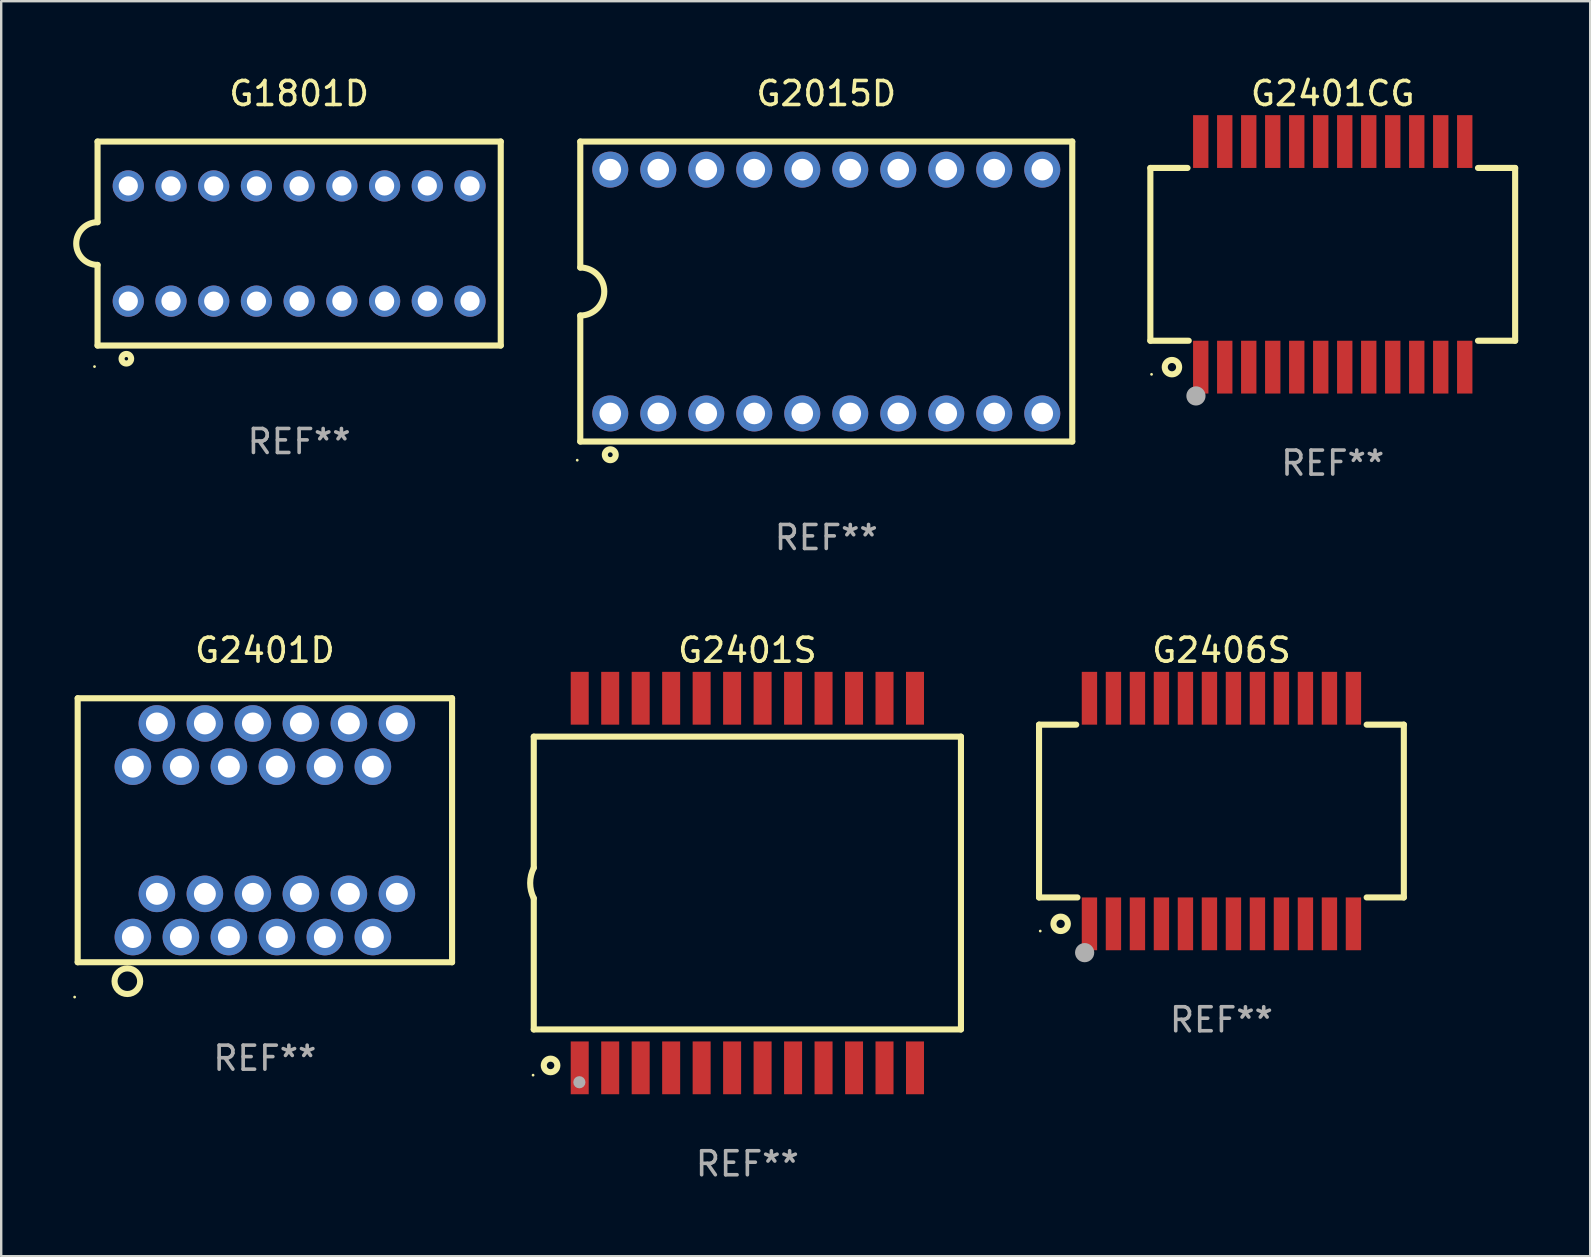
<source format=kicad_pcb>
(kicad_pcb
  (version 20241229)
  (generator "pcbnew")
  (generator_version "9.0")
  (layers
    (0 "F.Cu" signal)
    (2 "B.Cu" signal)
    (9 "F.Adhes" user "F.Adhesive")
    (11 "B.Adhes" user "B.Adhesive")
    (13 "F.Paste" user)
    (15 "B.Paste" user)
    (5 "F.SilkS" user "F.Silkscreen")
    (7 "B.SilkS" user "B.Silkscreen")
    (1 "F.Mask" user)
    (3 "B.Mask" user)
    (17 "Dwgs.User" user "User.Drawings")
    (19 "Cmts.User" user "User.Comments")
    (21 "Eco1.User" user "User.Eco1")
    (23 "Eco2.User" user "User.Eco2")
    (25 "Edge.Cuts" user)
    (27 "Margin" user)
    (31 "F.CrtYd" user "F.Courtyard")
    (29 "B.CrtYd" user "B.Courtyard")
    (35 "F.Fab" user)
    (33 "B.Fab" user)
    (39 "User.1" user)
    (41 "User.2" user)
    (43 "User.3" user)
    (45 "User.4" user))
  (footprint "G1801D"
    (layer "F.Cu")
    (at 9.415 7.098)
    (property "Reference" "G1801D" (at 0 -6.25 0) (layer "F.SilkS") (effects (font (size 1 1) (thickness 0.15))))
    (attr through_hole)
    (fp_line (start -8.4 -4.25) (end -8.4 -0.89) (stroke (width 0.254) (type solid)) (layer "F.SilkS"))
    (fp_line (start -8.4 -4.25) (end 8.4 -4.25) (stroke (width 0.254) (type solid)) (layer "F.SilkS"))
    (fp_line (start -8.4 4.25) (end -8.4 0.89) (stroke (width 0.254) (type solid)) (layer "F.SilkS"))
    (fp_line (start 8.4 -4.25) (end 8.4 4.25) (stroke (width 0.254) (type solid)) (layer "F.SilkS"))
    (fp_line (start 8.4 4.25) (end -8.4 4.25) (stroke (width 0.254) (type solid)) (layer "F.SilkS"))
    (fp_arc (start -8.400025 0.889992) (mid -9.288291 -0.000113) (end -8.398807 -0.889001) (stroke (width 0.254001) (type solid)) (layer "F.SilkS"))
    (fp_circle (center -8.527 5.127) (end -8.497 5.127) (stroke (width 0.06) (type solid)) (fill no) (layer "F.SilkS"))
    (fp_circle (center -7.2 4.8) (end -7 4.8) (stroke (width 0.254) (type solid)) (fill no) (layer "F.SilkS"))
    (fp_text user "REF**" (at 0 8.25 0) (layer "F.Fab") (effects (font (size 1 1) (thickness 0.15))))
    (pad "1" thru_hole circle (at -7.12 2.4) (size 1.3 1.3) (drill 0.8) (layers "*.Cu" "*.Mask"))
    (pad "2" thru_hole circle (at -5.34 2.4) (size 1.3 1.3) (drill 0.8) (layers "*.Cu" "*.Mask"))
    (pad "3" thru_hole circle (at -3.56 2.4) (size 1.3 1.3) (drill 0.8) (layers "*.Cu" "*.Mask"))
    (pad "4" thru_hole circle (at -1.78 2.4) (size 1.3 1.3) (drill 0.8) (layers "*.Cu" "*.Mask"))
    (pad "5" thru_hole circle (at -0.000025 2.4) (size 1.3 1.3) (drill 0.8) (layers "*.Cu" "*.Mask"))
    (pad "6" thru_hole circle (at 1.78 2.4) (size 1.3 1.3) (drill 0.8) (layers "*.Cu" "*.Mask"))
    (pad "7" thru_hole circle (at 3.56 2.4) (size 1.3 1.3) (drill 0.8) (layers "*.Cu" "*.Mask"))
    (pad "8" thru_hole circle (at 5.34 2.4) (size 1.3 1.3) (drill 0.8) (layers "*.Cu" "*.Mask"))
    (pad "9" thru_hole circle (at 7.12 2.4) (size 1.3 1.3) (drill 0.8) (layers "*.Cu" "*.Mask"))
    (pad "10" thru_hole circle (at 7.12 -2.4) (size 1.3 1.3) (drill 0.8) (layers "*.Cu" "*.Mask"))
    (pad "11" thru_hole circle (at 5.34 -2.4) (size 1.3 1.3) (drill 0.8) (layers "*.Cu" "*.Mask"))
    (pad "12" thru_hole circle (at 3.56 -2.4) (size 1.3 1.3) (drill 0.8) (layers "*.Cu" "*.Mask"))
    (pad "13" thru_hole circle (at 1.78 -2.4) (size 1.3 1.3) (drill 0.8) (layers "*.Cu" "*.Mask"))
    (pad "14" thru_hole circle (at -0.000025 -2.4) (size 1.3 1.3) (drill 0.8) (layers "*.Cu" "*.Mask"))
    (pad "15" thru_hole circle (at -1.78 -2.4) (size 1.3 1.3) (drill 0.8) (layers "*.Cu" "*.Mask"))
    (pad "16" thru_hole circle (at -3.56 -2.4) (size 1.3 1.3) (drill 0.8) (layers "*.Cu" "*.Mask"))
    (pad "17" thru_hole circle (at -5.34 -2.4) (size 1.3 1.3) (drill 0.8) (layers "*.Cu" "*.Mask"))
    (pad "18" thru_hole circle (at -7.12 -2.4) (size 1.3 1.3) (drill 0.8) (layers "*.Cu" "*.Mask")))
  (footprint "G2401D"
    (layer "F.Cu")
    (at 7.987 31.545)
    (property "Reference" "G2401D" (at 0 -7.5 0) (layer "F.SilkS") (effects (font (size 1 1) (thickness 0.15))))
    (attr through_hole)
    (fp_line (start -7.8 -5.5) (end -7.8 5.5) (stroke (width 0.254) (type solid)) (layer "F.SilkS"))
    (fp_line (start -7.8 -5.5) (end 7.8 -5.5) (stroke (width 0.254) (type solid)) (layer "F.SilkS"))
    (fp_line (start -7.8 5.5) (end 7.8 5.5) (stroke (width 0.254) (type solid)) (layer "F.SilkS"))
    (fp_line (start 7.8 -5.5) (end 7.8 5.5) (stroke (width 0.254) (type solid)) (layer "F.SilkS"))
    (fp_circle (center -7.927 6.951) (end -7.897 6.951) (stroke (width 0.06) (type solid)) (fill no) (layer "F.SilkS"))
    (fp_circle (center -5.73 6.29) (end -5.196 6.29) (stroke (width 0.254) (type solid)) (fill no) (layer "F.SilkS"))
    (fp_text user "REF**" (at 0 9.5 0) (layer "F.Fab") (effects (font (size 1 1) (thickness 0.15))))
    (pad "1" thru_hole circle (at -5.5 4.45) (size 1.524 1.524) (drill 0.914) (layers "*.Cu" "*.Mask"))
    (pad "2" thru_hole circle (at -4.5 2.65) (size 1.524 1.524) (drill 0.914) (layers "*.Cu" "*.Mask"))
    (pad "3" thru_hole circle (at -3.5 4.45) (size 1.524 1.524) (drill 0.914) (layers "*.Cu" "*.Mask"))
    (pad "4" thru_hole circle (at -2.5 2.65) (size 1.524 1.524) (drill 0.914) (layers "*.Cu" "*.Mask"))
    (pad "5" thru_hole circle (at -1.5 4.45) (size 1.524 1.524) (drill 0.914) (layers "*.Cu" "*.Mask"))
    (pad "6" thru_hole circle (at -0.5 2.65) (size 1.524 1.524) (drill 0.914) (layers "*.Cu" "*.Mask"))
    (pad "7" thru_hole circle (at 0.5 4.45) (size 1.524 1.524) (drill 0.914) (layers "*.Cu" "*.Mask"))
    (pad "8" thru_hole circle (at 1.5 2.65) (size 1.524 1.524) (drill 0.914) (layers "*.Cu" "*.Mask"))
    (pad "9" thru_hole circle (at 2.5 4.45) (size 1.524 1.524) (drill 0.914) (layers "*.Cu" "*.Mask"))
    (pad "10" thru_hole circle (at 3.5 2.65) (size 1.524 1.524) (drill 0.914) (layers "*.Cu" "*.Mask"))
    (pad "11" thru_hole circle (at 4.5 4.45) (size 1.524 1.524) (drill 0.914) (layers "*.Cu" "*.Mask"))
    (pad "12" thru_hole circle (at 5.5 2.65) (size 1.524 1.524) (drill 0.914) (layers "*.Cu" "*.Mask"))
    (pad "13" thru_hole circle (at 5.5 -4.45) (size 1.524 1.524) (drill 0.914) (layers "*.Cu" "*.Mask"))
    (pad "14" thru_hole circle (at 4.5 -2.65) (size 1.524 1.524) (drill 0.914) (layers "*.Cu" "*.Mask"))
    (pad "15" thru_hole circle (at 3.5 -4.45) (size 1.524 1.524) (drill 0.914) (layers "*.Cu" "*.Mask"))
    (pad "16" thru_hole circle (at 2.5 -2.65) (size 1.524 1.524) (drill 0.914) (layers "*.Cu" "*.Mask"))
    (pad "17" thru_hole circle (at 1.5 -4.45) (size 1.524 1.524) (drill 0.914) (layers "*.Cu" "*.Mask"))
    (pad "18" thru_hole circle (at 0.5 -2.65) (size 1.524 1.524) (drill 0.914) (layers "*.Cu" "*.Mask"))
    (pad "19" thru_hole circle (at -0.5 -4.45) (size 1.524 1.524) (drill 0.914) (layers "*.Cu" "*.Mask"))
    (pad "20" thru_hole circle (at -1.5 -2.65) (size 1.524 1.524) (drill 0.914) (layers "*.Cu" "*.Mask"))
    (pad "21" thru_hole circle (at -2.5 -4.45) (size 1.524 1.524) (drill 0.914) (layers "*.Cu" "*.Mask"))
    (pad "22" thru_hole circle (at -3.5 -2.65) (size 1.524 1.524) (drill 0.914) (layers "*.Cu" "*.Mask"))
    (pad "23" thru_hole circle (at -4.5 -4.45) (size 1.524 1.524) (drill 0.914) (layers "*.Cu" "*.Mask"))
    (pad "24" thru_hole circle (at -5.5 -2.65) (size 1.524 1.524) (drill 0.914) (layers "*.Cu" "*.Mask")))
  (footprint "G2015D"
    (layer "F.Cu")
    (at 31.379 9.098)
    (property "Reference" "G2015D" (at 0 -8.25 0) (layer "F.SilkS") (effects (font (size 1 1) (thickness 0.15))))
    (attr through_hole)
    (fp_line (start -10.25 -6.25) (end -10.25 -1) (stroke (width 0.254) (type solid)) (layer "F.SilkS"))
    (fp_line (start -10.25 -6.25) (end 10.25 -6.25) (stroke (width 0.254) (type solid)) (layer "F.SilkS"))
    (fp_line (start -10.25 6.25) (end -10.25 1) (stroke (width 0.254) (type solid)) (layer "F.SilkS"))
    (fp_line (start 10.25 -6.25) (end 10.25 6.25) (stroke (width 0.254) (type solid)) (layer "F.SilkS"))
    (fp_line (start 10.25 6.25) (end -10.25 6.25) (stroke (width 0.254) (type solid)) (layer "F.SilkS"))
    (fp_arc (start -10.250699 -1.000762) (mid -9.250318 -0.000724) (end -10.250013 1) (stroke (width 0.254001) (type solid)) (layer "F.SilkS"))
    (fp_circle (center -10.377 7.027) (end -10.347 7.027) (stroke (width 0.06) (type solid)) (fill no) (layer "F.SilkS"))
    (fp_circle (center -9 6.8) (end -8.9 6.8) (stroke (width 0.254) (type solid)) (fill no) (layer "F.SilkS"))
    (fp_text user "REF**" (at 0 10.25 0) (layer "F.Fab") (effects (font (size 1 1) (thickness 0.15))))
    (pad "1" thru_hole circle (at -9 5.08) (size 1.5 1.5) (drill 0.9) (layers "*.Cu" "*.Mask"))
    (pad "2" thru_hole circle (at -7 5.08) (size 1.5 1.5) (drill 0.9) (layers "*.Cu" "*.Mask"))
    (pad "3" thru_hole circle (at -5 5.08) (size 1.5 1.5) (drill 0.9) (layers "*.Cu" "*.Mask"))
    (pad "4" thru_hole circle (at -3 5.08) (size 1.5 1.5) (drill 0.9) (layers "*.Cu" "*.Mask"))
    (pad "5" thru_hole circle (at -1 5.08) (size 1.5 1.5) (drill 0.9) (layers "*.Cu" "*.Mask"))
    (pad "6" thru_hole circle (at 1 5.08) (size 1.5 1.5) (drill 0.9) (layers "*.Cu" "*.Mask"))
    (pad "7" thru_hole circle (at 3 5.08) (size 1.5 1.5) (drill 0.9) (layers "*.Cu" "*.Mask"))
    (pad "8" thru_hole circle (at 5 5.08) (size 1.5 1.5) (drill 0.9) (layers "*.Cu" "*.Mask"))
    (pad "9" thru_hole circle (at 7 5.08) (size 1.5 1.5) (drill 0.9) (layers "*.Cu" "*.Mask"))
    (pad "10" thru_hole circle (at 9 5.08) (size 1.5 1.5) (drill 0.9) (layers "*.Cu" "*.Mask"))
    (pad "11" thru_hole circle (at 9 -5.08) (size 1.5 1.5) (drill 0.9) (layers "*.Cu" "*.Mask"))
    (pad "12" thru_hole circle (at 7 -5.08) (size 1.5 1.5) (drill 0.9) (layers "*.Cu" "*.Mask"))
    (pad "13" thru_hole circle (at 5 -5.08) (size 1.5 1.5) (drill 0.9) (layers "*.Cu" "*.Mask"))
    (pad "14" thru_hole circle (at 3 -5.08) (size 1.5 1.5) (drill 0.9) (layers "*.Cu" "*.Mask"))
    (pad "15" thru_hole circle (at 1 -5.08) (size 1.5 1.5) (drill 0.9) (layers "*.Cu" "*.Mask"))
    (pad "16" thru_hole circle (at -1 -5.08) (size 1.5 1.5) (drill 0.9) (layers "*.Cu" "*.Mask"))
    (pad "17" thru_hole circle (at -3 -5.08) (size 1.5 1.5) (drill 0.9) (layers "*.Cu" "*.Mask"))
    (pad "18" thru_hole circle (at -5 -5.08) (size 1.5 1.5) (drill 0.9) (layers "*.Cu" "*.Mask"))
    (pad "19" thru_hole circle (at -7 -5.08) (size 1.5 1.5) (drill 0.9) (layers "*.Cu" "*.Mask"))
    (pad "20" thru_hole circle (at -9 -5.08) (size 1.5 1.5) (drill 0.9) (layers "*.Cu" "*.Mask")))
  (footprint "G2406S"
    (layer "F.Cu")
    (at 47.845 30.745)
    (property "Reference" "G2406S" (at 0 -6.7 0) (layer "F.SilkS") (effects (font (size 1 1) (thickness 0.15))))
    (attr through_hole)
    (fp_line (start -7.6 3.6) (end -7.6 -3.6) (stroke (width 0.254) (type solid)) (layer "F.SilkS"))
    (fp_line (start -6.051 -3.6) (end -7.6 -3.6) (stroke (width 0.254) (type solid)) (layer "F.SilkS"))
    (fp_line (start -6 3.6) (end -7.6 3.6) (stroke (width 0.254) (type solid)) (layer "F.SilkS"))
    (fp_line (start 7.6 -3.6) (end 6.051 -3.6) (stroke (width 0.254) (type solid)) (layer "F.SilkS"))
    (fp_line (start 7.6 -3.6) (end 7.6 3.6) (stroke (width 0.254) (type solid)) (layer "F.SilkS"))
    (fp_line (start 7.6 3.6) (end 6.051 3.6) (stroke (width 0.254) (type solid)) (layer "F.SilkS"))
    (fp_circle (center -7.55 5) (end -7.52 5) (stroke (width 0.06) (type solid)) (fill no) (layer "F.SilkS"))
    (fp_circle (center -6.7 4.7) (end -6.4 4.7) (stroke (width 0.254) (type solid)) (fill no) (layer "F.SilkS"))
    (fp_circle (center -5.7 5.9) (end -5.5 5.9) (stroke (width 0.4) (type solid)) (fill no) (layer "F.Fab"))
    (fp_text user "REF**" (at 0 8.7 0) (layer "F.Fab") (effects (font (size 1 1) (thickness 0.15))))
    (pad "1" smd rect (at -5.5 4.7) (size 0.64 2.2) (layers "F.Cu" "F.Mask" "F.Paste"))
    (pad "2" smd rect (at -4.5 4.7) (size 0.64 2.2) (layers "F.Cu" "F.Mask" "F.Paste"))
    (pad "3" smd rect (at -3.5 4.7) (size 0.64 2.2) (layers "F.Cu" "F.Mask" "F.Paste"))
    (pad "4" smd rect (at -2.5 4.7) (size 0.64 2.2) (layers "F.Cu" "F.Mask" "F.Paste"))
    (pad "5" smd rect (at -1.5 4.7) (size 0.64 2.2) (layers "F.Cu" "F.Mask" "F.Paste"))
    (pad "6" smd rect (at -0.5 4.7) (size 0.64 2.2) (layers "F.Cu" "F.Mask" "F.Paste"))
    (pad "7" smd rect (at 0.5 4.7) (size 0.64 2.2) (layers "F.Cu" "F.Mask" "F.Paste"))
    (pad "8" smd rect (at 1.5 4.7) (size 0.64 2.2) (layers "F.Cu" "F.Mask" "F.Paste"))
    (pad "9" smd rect (at 2.5 4.7) (size 0.64 2.2) (layers "F.Cu" "F.Mask" "F.Paste"))
    (pad "10" smd rect (at 3.5 4.7) (size 0.64 2.2) (layers "F.Cu" "F.Mask" "F.Paste"))
    (pad "11" smd rect (at 4.5 4.7) (size 0.64 2.2) (layers "F.Cu" "F.Mask" "F.Paste"))
    (pad "12" smd rect (at 5.5 4.7) (size 0.64 2.2) (layers "F.Cu" "F.Mask" "F.Paste"))
    (pad "13" smd rect (at 5.5 -4.7) (size 0.64 2.2) (layers "F.Cu" "F.Mask" "F.Paste"))
    (pad "14" smd rect (at 4.5 -4.7) (size 0.64 2.2) (layers "F.Cu" "F.Mask" "F.Paste"))
    (pad "15" smd rect (at 3.5 -4.7) (size 0.64 2.2) (layers "F.Cu" "F.Mask" "F.Paste"))
    (pad "16" smd rect (at 2.5 -4.7) (size 0.64 2.2) (layers "F.Cu" "F.Mask" "F.Paste"))
    (pad "17" smd rect (at 1.5 -4.7) (size 0.64 2.2) (layers "F.Cu" "F.Mask" "F.Paste"))
    (pad "18" smd rect (at 0.5 -4.7) (size 0.64 2.2) (layers "F.Cu" "F.Mask" "F.Paste"))
    (pad "19" smd rect (at -0.5 -4.7) (size 0.64 2.2) (layers "F.Cu" "F.Mask" "F.Paste"))
    (pad "20" smd rect (at -1.5 -4.7) (size 0.64 2.2) (layers "F.Cu" "F.Mask" "F.Paste"))
    (pad "21" smd rect (at -2.5 -4.7) (size 0.64 2.2) (layers "F.Cu" "F.Mask" "F.Paste"))
    (pad "22" smd rect (at -3.5 -4.7) (size 0.64 2.2) (layers "F.Cu" "F.Mask" "F.Paste"))
    (pad "23" smd rect (at -4.5 -4.7) (size 0.64 2.2) (layers "F.Cu" "F.Mask" "F.Paste"))
    (pad "24" smd rect (at -5.5 -4.7) (size 0.64 2.2) (layers "F.Cu" "F.Mask" "F.Paste")))
  (footprint "G2401S"
    (layer "F.Cu")
    (at 28.091 33.745)
    (property "Reference" "G2401S" (at 0 -9.7 0) (layer "F.SilkS") (effects (font (size 1 1) (thickness 0.15))))
    (attr through_hole)
    (fp_line (start -8.9 -6.1) (end -8.9 -0.635) (stroke (width 0.254) (type solid)) (layer "F.SilkS"))
    (fp_line (start -8.9 6.1) (end -8.9 0.635) (stroke (width 0.254) (type solid)) (layer "F.SilkS"))
    (fp_line (start 8.9 -6.1) (end -8.9 -6.1) (stroke (width 0.254) (type solid)) (layer "F.SilkS"))
    (fp_line (start 8.9 -6.1) (end 8.9 6.1) (stroke (width 0.254) (type solid)) (layer "F.SilkS"))
    (fp_line (start 8.9 6.1) (end -8.9 6.1) (stroke (width 0.254) (type solid)) (layer "F.SilkS"))
    (fp_arc (start -8.900165 0.635001) (mid -9.050016 -0.000018) (end -8.900013 -0.635001) (stroke (width 0.254001) (type solid)) (layer "F.SilkS"))
    (fp_circle (center -8.929 8.004) (end -8.899 8.004) (stroke (width 0.06) (type solid)) (fill no) (layer "F.SilkS"))
    (fp_circle (center -8.2 7.6) (end -7.917 7.6) (stroke (width 0.254) (type solid)) (fill no) (layer "F.SilkS"))
    (fp_circle (center -7 8.3) (end -6.873 8.3) (stroke (width 0.254) (type solid)) (fill no) (layer "F.Fab"))
    (fp_text user "REF**" (at 0 11.7 0) (layer "F.Fab") (effects (font (size 1 1) (thickness 0.15))))
    (pad "1" smd rect (at -6.985 7.7) (size 0.75 2.2) (layers "F.Cu" "F.Mask" "F.Paste"))
    (pad "2" smd rect (at -5.715 7.7) (size 0.75 2.2) (layers "F.Cu" "F.Mask" "F.Paste"))
    (pad "3" smd rect (at -4.445 7.7) (size 0.75 2.2) (layers "F.Cu" "F.Mask" "F.Paste"))
    (pad "4" smd rect (at -3.175 7.7) (size 0.75 2.2) (layers "F.Cu" "F.Mask" "F.Paste"))
    (pad "5" smd rect (at -1.905 7.7) (size 0.75 2.2) (layers "F.Cu" "F.Mask" "F.Paste"))
    (pad "6" smd rect (at -0.635 7.7) (size 0.75 2.2) (layers "F.Cu" "F.Mask" "F.Paste"))
    (pad "7" smd rect (at 0.635 7.7) (size 0.75 2.2) (layers "F.Cu" "F.Mask" "F.Paste"))
    (pad "8" smd rect (at 1.905 7.7) (size 0.75 2.2) (layers "F.Cu" "F.Mask" "F.Paste"))
    (pad "9" smd rect (at 3.175 7.7) (size 0.75 2.2) (layers "F.Cu" "F.Mask" "F.Paste"))
    (pad "10" smd rect (at 4.445 7.7) (size 0.75 2.2) (layers "F.Cu" "F.Mask" "F.Paste"))
    (pad "11" smd rect (at 5.715 7.7) (size 0.75 2.2) (layers "F.Cu" "F.Mask" "F.Paste"))
    (pad "12" smd rect (at 6.985 7.7) (size 0.75 2.2) (layers "F.Cu" "F.Mask" "F.Paste"))
    (pad "13" smd rect (at 6.985 -7.7) (size 0.75 2.2) (layers "F.Cu" "F.Mask" "F.Paste"))
    (pad "14" smd rect (at 5.715 -7.7) (size 0.75 2.2) (layers "F.Cu" "F.Mask" "F.Paste"))
    (pad "15" smd rect (at 4.445 -7.7) (size 0.75 2.2) (layers "F.Cu" "F.Mask" "F.Paste"))
    (pad "16" smd rect (at 3.175 -7.7) (size 0.75 2.2) (layers "F.Cu" "F.Mask" "F.Paste"))
    (pad "17" smd rect (at 1.905 -7.7) (size 0.75 2.2) (layers "F.Cu" "F.Mask" "F.Paste"))
    (pad "18" smd rect (at 0.635 -7.7) (size 0.75 2.2) (layers "F.Cu" "F.Mask" "F.Paste"))
    (pad "19" smd rect (at -0.635 -7.7) (size 0.75 2.2) (layers "F.Cu" "F.Mask" "F.Paste"))
    (pad "20" smd rect (at -1.905 -7.7) (size 0.75 2.2) (layers "F.Cu" "F.Mask" "F.Paste"))
    (pad "21" smd rect (at -3.175 -7.7) (size 0.75 2.2) (layers "F.Cu" "F.Mask" "F.Paste"))
    (pad "22" smd rect (at -4.445 -7.7) (size 0.75 2.2) (layers "F.Cu" "F.Mask" "F.Paste"))
    (pad "23" smd rect (at -5.715 -7.7) (size 0.75 2.2) (layers "F.Cu" "F.Mask" "F.Paste"))
    (pad "24" smd rect (at -6.985 -7.7) (size 0.75 2.2) (layers "F.Cu" "F.Mask" "F.Paste")))
  (footprint "G2401CG"
    (layer "F.Cu")
    (at 52.483 7.548)
    (property "Reference" "G2401CG" (at 0 -6.7 0) (layer "F.SilkS") (effects (font (size 1 1) (thickness 0.15))))
    (attr through_hole)
    (fp_line (start -7.6 3.6) (end -7.6 -3.6) (stroke (width 0.254) (type solid)) (layer "F.SilkS"))
    (fp_line (start -6.051 -3.6) (end -7.6 -3.6) (stroke (width 0.254) (type solid)) (layer "F.SilkS"))
    (fp_line (start -6 3.6) (end -7.6 3.6) (stroke (width 0.254) (type solid)) (layer "F.SilkS"))
    (fp_line (start 7.6 -3.6) (end 6.051 -3.6) (stroke (width 0.254) (type solid)) (layer "F.SilkS"))
    (fp_line (start 7.6 -3.6) (end 7.6 3.6) (stroke (width 0.254) (type solid)) (layer "F.SilkS"))
    (fp_line (start 7.6 3.6) (end 6.051 3.6) (stroke (width 0.254) (type solid)) (layer "F.SilkS"))
    (fp_circle (center -7.55 5) (end -7.52 5) (stroke (width 0.06) (type solid)) (fill no) (layer "F.SilkS"))
    (fp_circle (center -6.7 4.7) (end -6.4 4.7) (stroke (width 0.254) (type solid)) (fill no) (layer "F.SilkS"))
    (fp_circle (center -5.7 5.9) (end -5.5 5.9) (stroke (width 0.4) (type solid)) (fill no) (layer "F.Fab"))
    (fp_text user "REF**" (at 0 8.7 0) (layer "F.Fab") (effects (font (size 1 1) (thickness 0.15))))
    (pad "1" smd rect (at -5.5 4.7) (size 0.64 2.2) (layers "F.Cu" "F.Mask" "F.Paste"))
    (pad "2" smd rect (at -4.5 4.7) (size 0.64 2.2) (layers "F.Cu" "F.Mask" "F.Paste"))
    (pad "3" smd rect (at -3.5 4.7) (size 0.64 2.2) (layers "F.Cu" "F.Mask" "F.Paste"))
    (pad "4" smd rect (at -2.5 4.7) (size 0.64 2.2) (layers "F.Cu" "F.Mask" "F.Paste"))
    (pad "5" smd rect (at -1.5 4.7) (size 0.64 2.2) (layers "F.Cu" "F.Mask" "F.Paste"))
    (pad "6" smd rect (at -0.5 4.7) (size 0.64 2.2) (layers "F.Cu" "F.Mask" "F.Paste"))
    (pad "7" smd rect (at 0.5 4.7) (size 0.64 2.2) (layers "F.Cu" "F.Mask" "F.Paste"))
    (pad "8" smd rect (at 1.5 4.7) (size 0.64 2.2) (layers "F.Cu" "F.Mask" "F.Paste"))
    (pad "9" smd rect (at 2.5 4.7) (size 0.64 2.2) (layers "F.Cu" "F.Mask" "F.Paste"))
    (pad "10" smd rect (at 3.5 4.7) (size 0.64 2.2) (layers "F.Cu" "F.Mask" "F.Paste"))
    (pad "11" smd rect (at 4.5 4.7) (size 0.64 2.2) (layers "F.Cu" "F.Mask" "F.Paste"))
    (pad "12" smd rect (at 5.5 4.7) (size 0.64 2.2) (layers "F.Cu" "F.Mask" "F.Paste"))
    (pad "13" smd rect (at 5.5 -4.7) (size 0.64 2.2) (layers "F.Cu" "F.Mask" "F.Paste"))
    (pad "14" smd rect (at 4.5 -4.7) (size 0.64 2.2) (layers "F.Cu" "F.Mask" "F.Paste"))
    (pad "15" smd rect (at 3.5 -4.7) (size 0.64 2.2) (layers "F.Cu" "F.Mask" "F.Paste"))
    (pad "16" smd rect (at 2.5 -4.7) (size 0.64 2.2) (layers "F.Cu" "F.Mask" "F.Paste"))
    (pad "17" smd rect (at 1.5 -4.7) (size 0.64 2.2) (layers "F.Cu" "F.Mask" "F.Paste"))
    (pad "18" smd rect (at 0.5 -4.7) (size 0.64 2.2) (layers "F.Cu" "F.Mask" "F.Paste"))
    (pad "19" smd rect (at -0.5 -4.7) (size 0.64 2.2) (layers "F.Cu" "F.Mask" "F.Paste"))
    (pad "20" smd rect (at -1.5 -4.7) (size 0.64 2.2) (layers "F.Cu" "F.Mask" "F.Paste"))
    (pad "21" smd rect (at -2.5 -4.7) (size 0.64 2.2) (layers "F.Cu" "F.Mask" "F.Paste"))
    (pad "22" smd rect (at -3.5 -4.7) (size 0.64 2.2) (layers "F.Cu" "F.Mask" "F.Paste"))
    (pad "23" smd rect (at -4.5 -4.7) (size 0.64 2.2) (layers "F.Cu" "F.Mask" "F.Paste"))
    (pad "24" smd rect (at -5.5 -4.7) (size 0.64 2.2) (layers "F.Cu" "F.Mask" "F.Paste")))
  (gr_rect
    (start -3 -3)
    (end 63.21 49.293)
    (stroke (width 0.1) (type default))
    (fill no)
    (layer "Edge.Cuts")))
</source>
